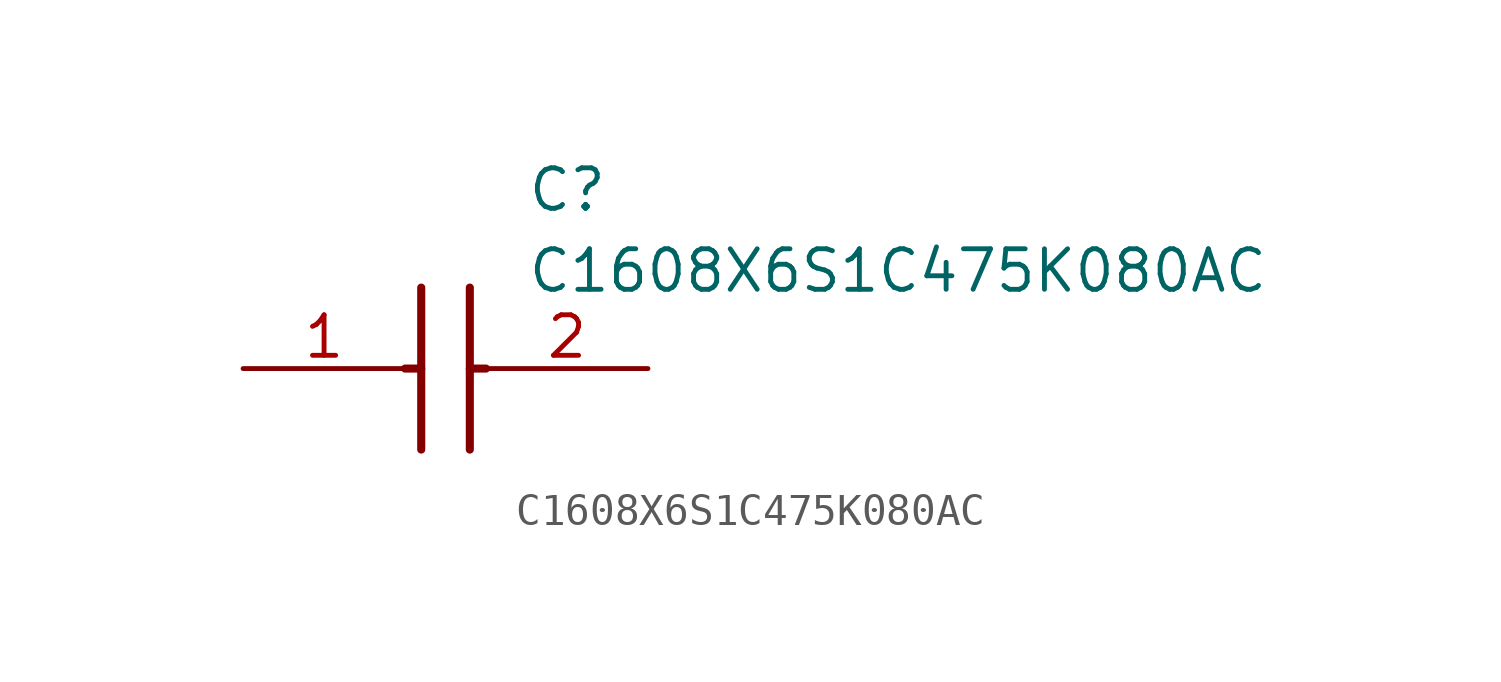
<source format=kicad_sym>
(kicad_symbol_lib
  (version 20211014)
  (generator SamacSys_ECAD_Model)
  (symbol "C1608X6S1C475K080AC"
    (pin_names hide)
    (property "Reference" "C"
      (at 8.89 6.35 0)
      (effects (font (size 1.27 1.27)) (justify left top)))
    (property "Value" "C1608X6S1C475K080AC"
      (at 8.89 3.81 0)
      (effects (font (size 1.27 1.27)) (justify left top)))
    (polyline
      (pts (xy 5.588 2.54) (xy 5.588 -2.54))
      (stroke (width 0.254) (type default))
      (fill (type none)))
    (polyline
      (pts (xy 7.112 2.54) (xy 7.112 -2.54))
      (stroke (width 0.254) (type default))
      (fill (type none)))
    (polyline
      (pts (xy 5.08 0) (xy 5.588 0))
      (stroke (width 0.254) (type default))
      (fill (type none)))
    (polyline
      (pts (xy 7.112 0) (xy 7.62 0))
      (stroke (width 0.254) (type default))
      (fill (type none)))
    (pin passive line
      (at 0 0 0)
      (length 5.08)
      (name "1" (effects (font (size 1.27 1.27))))
      (number "1" (effects (font (size 1.27 1.27)))))
    (pin passive line
      (at 12.7 0 180)
      (length 5.08)
      (name "2" (effects (font (size 1.27 1.27))))
      (number "2" (effects (font (size 1.27 1.27)))))))
</source>
